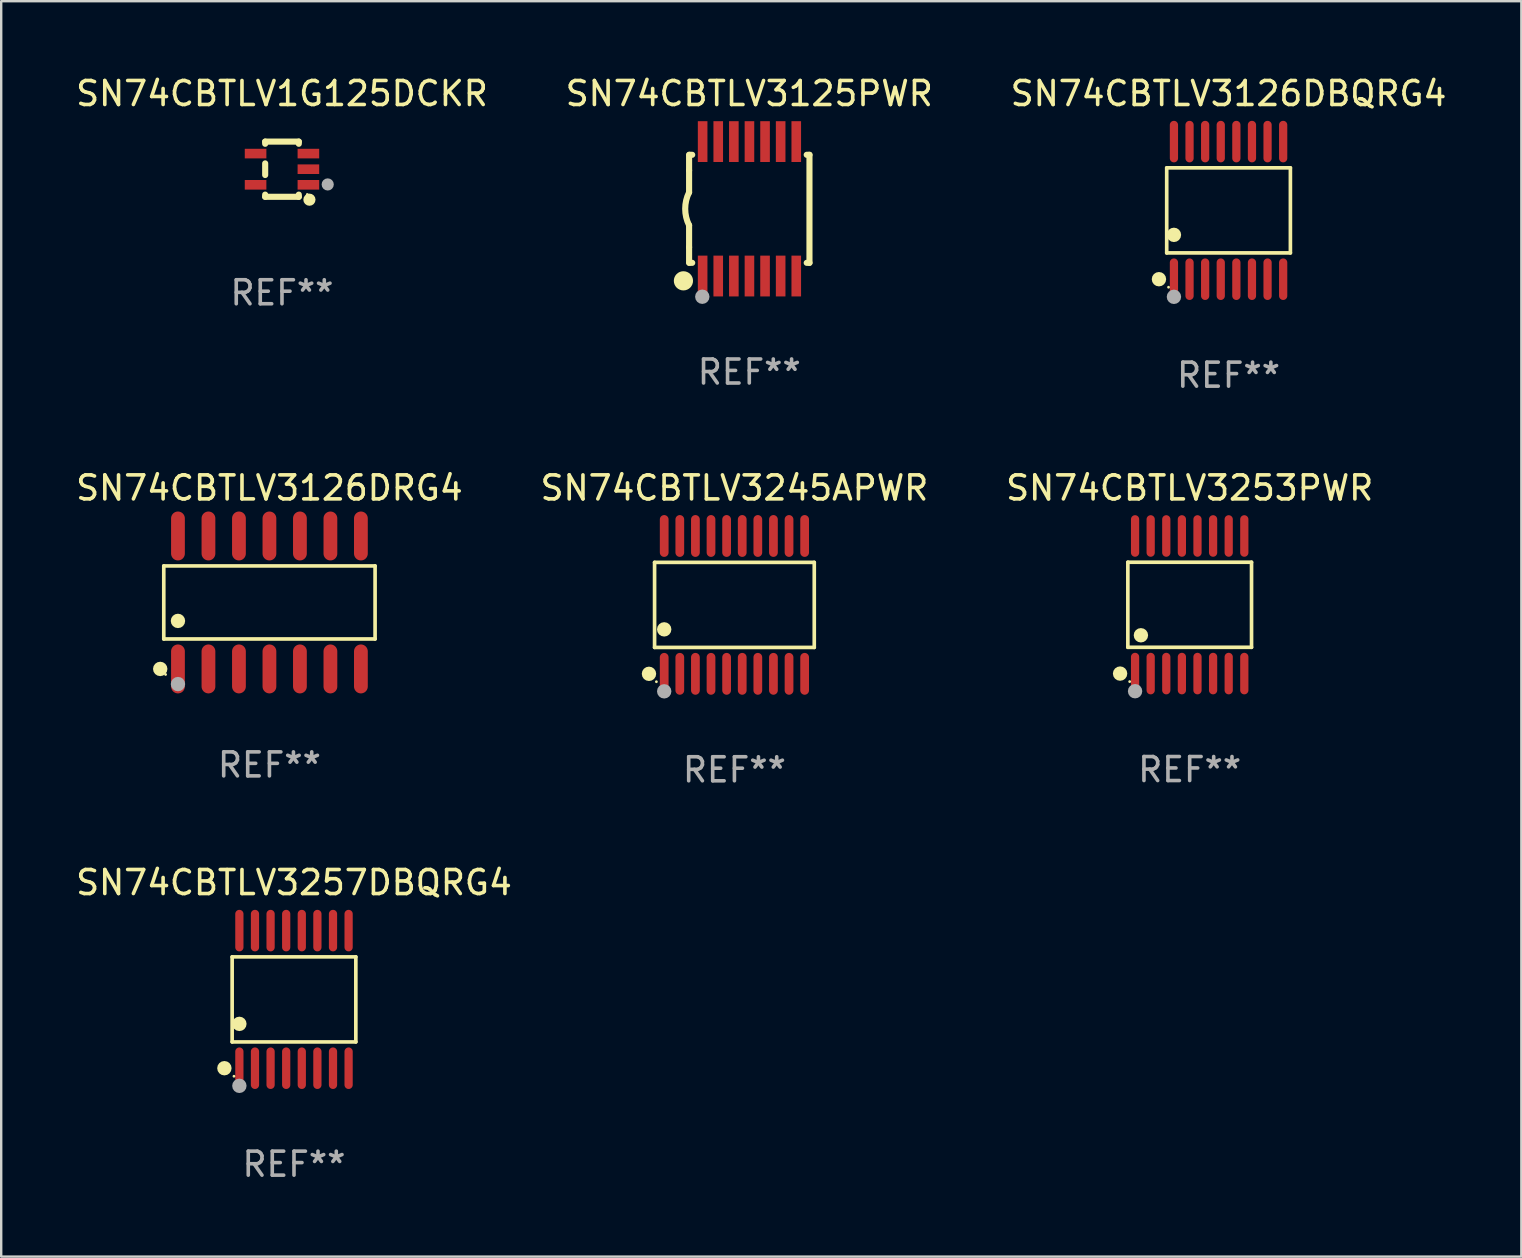
<source format=kicad_pcb>
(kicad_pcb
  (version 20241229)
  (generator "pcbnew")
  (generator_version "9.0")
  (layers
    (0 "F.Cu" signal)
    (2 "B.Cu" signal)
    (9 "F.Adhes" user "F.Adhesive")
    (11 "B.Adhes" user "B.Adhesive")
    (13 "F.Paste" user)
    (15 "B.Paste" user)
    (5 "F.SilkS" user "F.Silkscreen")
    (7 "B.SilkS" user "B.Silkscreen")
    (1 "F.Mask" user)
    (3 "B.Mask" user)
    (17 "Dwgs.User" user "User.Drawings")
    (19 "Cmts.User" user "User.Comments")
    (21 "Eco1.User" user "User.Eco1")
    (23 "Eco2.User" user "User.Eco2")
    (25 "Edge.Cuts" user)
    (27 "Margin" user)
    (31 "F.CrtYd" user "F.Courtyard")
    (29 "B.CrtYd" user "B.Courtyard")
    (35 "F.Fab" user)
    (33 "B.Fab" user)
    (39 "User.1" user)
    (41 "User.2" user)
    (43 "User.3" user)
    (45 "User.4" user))
  (footprint "SN74CBTLV3126DBQRG4"
    (layer "F.Cu")
    (at 48.125 5.714)
    (property "Reference" "SN74CBTLV3126DBQRG4" (at 0 -4.866 0) (layer "F.SilkS") (effects (font (size 1 1) (thickness 0.15))))
    (attr through_hole)
    (fp_line (start -2.576 -1.772) (end 2.576 -1.772) (stroke (width 0.152) (type solid)) (layer "F.SilkS"))
    (fp_line (start -2.576 1.771) (end -2.576 -1.772) (stroke (width 0.152) (type solid)) (layer "F.SilkS"))
    (fp_line (start 2.576 -1.772) (end 2.576 1.771) (stroke (width 0.152) (type solid)) (layer "F.SilkS"))
    (fp_line (start 2.576 1.771) (end -2.576 1.771) (stroke (width 0.152) (type solid)) (layer "F.SilkS"))
    (fp_circle (center -2.899 2.866) (end -2.749 2.866) (stroke (width 0.3) (type solid)) (fill no) (layer "F.SilkS"))
    (fp_circle (center -2.5 3.2) (end -2.47 3.2) (stroke (width 0.06) (type solid)) (fill no) (layer "F.SilkS"))
    (fp_circle (center -2.275 1.019) (end -2.125 1.019) (stroke (width 0.3) (type solid)) (fill no) (layer "F.SilkS"))
    (fp_circle (center -2.275 3.6) (end -2.125 3.6) (stroke (width 0.3) (type solid)) (fill no) (layer "F.Fab"))
    (fp_text user "REF**" (at 0 6.866 0) (layer "F.Fab") (effects (font (size 1 1) (thickness 0.15))))
    (pad "1" smd oval (at -2.275 2.866) (size 0.343 1.731) (layers "F.Cu" "F.Mask" "F.Paste"))
    (pad "2" smd oval (at -1.625 2.866) (size 0.343 1.731) (layers "F.Cu" "F.Mask" "F.Paste"))
    (pad "3" smd oval (at -0.975 2.866) (size 0.343 1.731) (layers "F.Cu" "F.Mask" "F.Paste"))
    (pad "4" smd oval (at -0.325 2.866) (size 0.343 1.731) (layers "F.Cu" "F.Mask" "F.Paste"))
    (pad "5" smd oval (at 0.325 2.866) (size 0.343 1.731) (layers "F.Cu" "F.Mask" "F.Paste"))
    (pad "6" smd oval (at 0.975 2.866) (size 0.343 1.731) (layers "F.Cu" "F.Mask" "F.Paste"))
    (pad "7" smd oval (at 1.625 2.866) (size 0.343 1.731) (layers "F.Cu" "F.Mask" "F.Paste"))
    (pad "8" smd oval (at 2.275 2.866) (size 0.343 1.731) (layers "F.Cu" "F.Mask" "F.Paste"))
    (pad "9" smd oval (at 2.275 -2.866) (size 0.343 1.731) (layers "F.Cu" "F.Mask" "F.Paste"))
    (pad "10" smd oval (at 1.625 -2.866) (size 0.343 1.731) (layers "F.Cu" "F.Mask" "F.Paste"))
    (pad "11" smd oval (at 0.975 -2.866) (size 0.343 1.731) (layers "F.Cu" "F.Mask" "F.Paste"))
    (pad "12" smd oval (at 0.325 -2.866) (size 0.343 1.731) (layers "F.Cu" "F.Mask" "F.Paste"))
    (pad "13" smd oval (at -0.325 -2.866) (size 0.343 1.731) (layers "F.Cu" "F.Mask" "F.Paste"))
    (pad "14" smd oval (at -0.975 -2.866) (size 0.343 1.731) (layers "F.Cu" "F.Mask" "F.Paste"))
    (pad "15" smd oval (at -1.625 -2.866) (size 0.343 1.731) (layers "F.Cu" "F.Mask" "F.Paste"))
    (pad "16" smd oval (at -2.275 -2.866) (size 0.343 1.731) (layers "F.Cu" "F.Mask" "F.Paste")))
  (footprint "SN74CBTLV1G125DCKR"
    (layer "F.Cu")
    (at 8.696 3.998)
    (property "Reference" "SN74CBTLV1G125DCKR" (at 0 -3.15 0) (layer "F.SilkS") (effects (font (size 1 1) (thickness 0.15))))
    (attr through_hole)
    (fp_line (start -0.7 -1.15) (end 0.7 -1.15) (stroke (width 0.254) (type solid)) (layer "F.SilkS"))
    (fp_line (start -0.7 -1.058) (end -0.7 -1.15) (stroke (width 0.254) (type solid)) (layer "F.SilkS"))
    (fp_line (start -0.7 0.242) (end -0.7 -0.242) (stroke (width 0.254) (type solid)) (layer "F.SilkS"))
    (fp_line (start -0.7 1.15) (end -0.7 1.058) (stroke (width 0.254) (type solid)) (layer "F.SilkS"))
    (fp_line (start -0.7 1.15) (end 0.7 1.15) (stroke (width 0.254) (type solid)) (layer "F.SilkS"))
    (fp_line (start 0.7 -1.058) (end 0.7 -1.15) (stroke (width 0.254) (type solid)) (layer "F.SilkS"))
    (fp_line (start 0.7 1.15) (end 0.7 1.058) (stroke (width 0.254) (type solid)) (layer "F.SilkS"))
    (fp_circle (center 1.053 1.052) (end 1.083 1.052) (stroke (width 0.06) (type solid)) (fill no) (layer "F.SilkS"))
    (fp_circle (center 1.143 1.27) (end 1.27 1.27) (stroke (width 0.254) (type solid)) (fill no) (layer "F.SilkS"))
    (fp_circle (center 1.905 0.635) (end 2.032 0.635) (stroke (width 0.254) (type solid)) (fill no) (layer "F.Fab"))
    (fp_text user "REF**" (at 0 5.15 0) (layer "F.Fab") (effects (font (size 1 1) (thickness 0.15))))
    (pad "1" smd rect (at 1.1 0.65 90) (size 0.4 0.9) (layers "F.Cu" "F.Mask" "F.Paste"))
    (pad "2" smd rect (at 1.1 0.000076 90) (size 0.4 0.9) (layers "F.Cu" "F.Mask" "F.Paste"))
    (pad "3" smd rect (at 1.1 -0.65 90) (size 0.4 0.9) (layers "F.Cu" "F.Mask" "F.Paste"))
    (pad "4" smd rect (at -1.1 -0.65 90) (size 0.4 0.9) (layers "F.Cu" "F.Mask" "F.Paste"))
    (pad "5" smd rect (at -1.1 0.65 90) (size 0.4 0.9) (layers "F.Cu" "F.Mask" "F.Paste")))
  (footprint "SN74CBTLV3245APWR"
    (layer "F.Cu")
    (at 27.542 22.147)
    (property "Reference" "SN74CBTLV3245APWR" (at 0 -4.871 0) (layer "F.SilkS") (effects (font (size 1 1) (thickness 0.15))))
    (attr through_hole)
    (fp_line (start -3.326 -1.771) (end 3.326 -1.771) (stroke (width 0.152) (type solid)) (layer "F.SilkS"))
    (fp_line (start -3.326 1.771) (end -3.326 -1.771) (stroke (width 0.152) (type solid)) (layer "F.SilkS"))
    (fp_line (start 3.326 -1.771) (end 3.326 1.771) (stroke (width 0.152) (type solid)) (layer "F.SilkS"))
    (fp_line (start 3.326 1.771) (end -3.326 1.771) (stroke (width 0.152) (type solid)) (layer "F.SilkS"))
    (fp_circle (center -3.559 2.871) (end -3.409 2.871) (stroke (width 0.3) (type solid)) (fill no) (layer "F.SilkS"))
    (fp_circle (center -3.25 3.2) (end -3.22 3.2) (stroke (width 0.06) (type solid)) (fill no) (layer "F.SilkS"))
    (fp_circle (center -2.925 1.019) (end -2.775 1.019) (stroke (width 0.3) (type solid)) (fill no) (layer "F.SilkS"))
    (fp_circle (center -2.925 3.6) (end -2.775 3.6) (stroke (width 0.3) (type solid)) (fill no) (layer "F.Fab"))
    (fp_text user "REF**" (at 0 6.871 0) (layer "F.Fab") (effects (font (size 1 1) (thickness 0.15))))
    (pad "1" smd oval (at -2.925 2.871) (size 0.364 1.742) (layers "F.Cu" "F.Mask" "F.Paste"))
    (pad "2" smd oval (at -2.275 2.871) (size 0.364 1.742) (layers "F.Cu" "F.Mask" "F.Paste"))
    (pad "3" smd oval (at -1.625 2.871) (size 0.364 1.742) (layers "F.Cu" "F.Mask" "F.Paste"))
    (pad "4" smd oval (at -0.975 2.871) (size 0.364 1.742) (layers "F.Cu" "F.Mask" "F.Paste"))
    (pad "5" smd oval (at -0.325 2.871) (size 0.364 1.742) (layers "F.Cu" "F.Mask" "F.Paste"))
    (pad "6" smd oval (at 0.325 2.871) (size 0.364 1.742) (layers "F.Cu" "F.Mask" "F.Paste"))
    (pad "7" smd oval (at 0.975 2.871) (size 0.364 1.742) (layers "F.Cu" "F.Mask" "F.Paste"))
    (pad "8" smd oval (at 1.625 2.871) (size 0.364 1.742) (layers "F.Cu" "F.Mask" "F.Paste"))
    (pad "9" smd oval (at 2.275 2.871) (size 0.364 1.742) (layers "F.Cu" "F.Mask" "F.Paste"))
    (pad "10" smd oval (at 2.925 2.871) (size 0.364 1.742) (layers "F.Cu" "F.Mask" "F.Paste"))
    (pad "11" smd oval (at 2.925 -2.871) (size 0.364 1.742) (layers "F.Cu" "F.Mask" "F.Paste"))
    (pad "12" smd oval (at 2.275 -2.871) (size 0.364 1.742) (layers "F.Cu" "F.Mask" "F.Paste"))
    (pad "13" smd oval (at 1.625 -2.871) (size 0.364 1.742) (layers "F.Cu" "F.Mask" "F.Paste"))
    (pad "14" smd oval (at 0.975 -2.871) (size 0.364 1.742) (layers "F.Cu" "F.Mask" "F.Paste"))
    (pad "15" smd oval (at 0.325 -2.871) (size 0.364 1.742) (layers "F.Cu" "F.Mask" "F.Paste"))
    (pad "16" smd oval (at -0.325 -2.871) (size 0.364 1.742) (layers "F.Cu" "F.Mask" "F.Paste"))
    (pad "17" smd oval (at -0.975 -2.871) (size 0.364 1.742) (layers "F.Cu" "F.Mask" "F.Paste"))
    (pad "18" smd oval (at -1.625 -2.871) (size 0.364 1.742) (layers "F.Cu" "F.Mask" "F.Paste"))
    (pad "19" smd oval (at -2.275 -2.871) (size 0.364 1.742) (layers "F.Cu" "F.Mask" "F.Paste"))
    (pad "20" smd oval (at -2.925 -2.871) (size 0.364 1.742) (layers "F.Cu" "F.Mask" "F.Paste")))
  (footprint "SN74CBTLV3125PWR"
    (layer "F.Cu")
    (at 28.161 5.648)
    (property "Reference" "SN74CBTLV3125PWR" (at 0 -4.8 0) (layer "F.SilkS") (effects (font (size 1 1) (thickness 0.15))))
    (attr through_hole)
    (fp_line (start -2.507 -1.6) (end -2.507 -2.25) (stroke (width 0.254) (type solid)) (layer "F.SilkS"))
    (fp_line (start -2.507 -0.686) (end -2.507 -1.6) (stroke (width 0.254) (type solid)) (layer "F.SilkS"))
    (fp_line (start -2.507 1.6) (end -2.507 0.686) (stroke (width 0.254) (type solid)) (layer "F.SilkS"))
    (fp_line (start -2.507 1.6) (end -2.507 2.25) (stroke (width 0.254) (type solid)) (layer "F.SilkS"))
    (fp_line (start -2.493 -2.25) (end -2.377 -2.25) (stroke (width 0.254) (type solid)) (layer "F.SilkS"))
    (fp_line (start -2.377 2.25) (end -2.493 2.25) (stroke (width 0.254) (type solid)) (layer "F.SilkS"))
    (fp_line (start 2.392 -2.25) (end 2.507 -2.25) (stroke (width 0.254) (type solid)) (layer "F.SilkS"))
    (fp_line (start 2.507 -2.25) (end 2.507 2.25) (stroke (width 0.254) (type solid)) (layer "F.SilkS"))
    (fp_line (start 2.507 2.25) (end 2.392 2.25) (stroke (width 0.254) (type solid)) (layer "F.SilkS"))
    (fp_arc (start -2.507303 0.685802) (mid -2.669199 0) (end -2.507303 -0.685801) (stroke (width 0.254001) (type solid)) (layer "F.SilkS"))
    (fp_circle (center -2.743 3) (end -2.543 3) (stroke (width 0.4) (type solid)) (fill no) (layer "F.SilkS"))
    (fp_circle (center -2.493 3.2) (end -2.463 3.2) (stroke (width 0.06) (type solid)) (fill no) (layer "F.SilkS"))
    (fp_circle (center -1.957 3.662) (end -1.807 3.662) (stroke (width 0.3) (type solid)) (fill no) (layer "F.Fab"))
    (fp_text user "REF**" (at 0 6.8 0) (layer "F.Fab") (effects (font (size 1 1) (thickness 0.15))))
    (pad "1" smd rect (at -1.943 2.8) (size 0.4 1.7) (layers "F.Cu" "F.Mask" "F.Paste"))
    (pad "2" smd rect (at -1.293 2.8) (size 0.4 1.7) (layers "F.Cu" "F.Mask" "F.Paste"))
    (pad "3" smd rect (at -0.643 2.8) (size 0.4 1.7) (layers "F.Cu" "F.Mask" "F.Paste"))
    (pad "4" smd rect (at 0.007 2.8) (size 0.4 1.7) (layers "F.Cu" "F.Mask" "F.Paste"))
    (pad "5" smd rect (at 0.657 2.8) (size 0.4 1.7) (layers "F.Cu" "F.Mask" "F.Paste"))
    (pad "6" smd rect (at 1.307 2.8) (size 0.4 1.7) (layers "F.Cu" "F.Mask" "F.Paste"))
    (pad "7" smd rect (at 1.957 2.8) (size 0.4 1.7) (layers "F.Cu" "F.Mask" "F.Paste"))
    (pad "8" smd rect (at 1.957 -2.8) (size 0.4 1.7) (layers "F.Cu" "F.Mask" "F.Paste"))
    (pad "9" smd rect (at 1.307 -2.8) (size 0.4 1.7) (layers "F.Cu" "F.Mask" "F.Paste"))
    (pad "10" smd rect (at 0.657 -2.8) (size 0.4 1.7) (layers "F.Cu" "F.Mask" "F.Paste"))
    (pad "11" smd rect (at 0.007 -2.8) (size 0.4 1.7) (layers "F.Cu" "F.Mask" "F.Paste"))
    (pad "12" smd rect (at -0.643 -2.8) (size 0.4 1.7) (layers "F.Cu" "F.Mask" "F.Paste"))
    (pad "13" smd rect (at -1.293 -2.8) (size 0.4 1.7) (layers "F.Cu" "F.Mask" "F.Paste"))
    (pad "14" smd rect (at -1.943 -2.8) (size 0.4 1.7) (layers "F.Cu" "F.Mask" "F.Paste")))
  (footprint "SN74CBTLV3126DRG4"
    (layer "F.Cu")
    (at 8.173 22.045)
    (property "Reference" "SN74CBTLV3126DRG4" (at 0 -4.769 0) (layer "F.SilkS") (effects (font (size 1 1) (thickness 0.15))))
    (attr through_hole)
    (fp_line (start -4.401 -1.521) (end 4.401 -1.521) (stroke (width 0.152) (type solid)) (layer "F.SilkS"))
    (fp_line (start -4.401 1.521) (end -4.401 -1.521) (stroke (width 0.152) (type solid)) (layer "F.SilkS"))
    (fp_line (start 4.401 -1.521) (end 4.401 1.521) (stroke (width 0.152) (type solid)) (layer "F.SilkS"))
    (fp_line (start 4.401 1.521) (end -4.401 1.521) (stroke (width 0.152) (type solid)) (layer "F.SilkS"))
    (fp_circle (center -4.549 2.769) (end -4.399 2.769) (stroke (width 0.3) (type solid)) (fill no) (layer "F.SilkS"))
    (fp_circle (center -4.325 3) (end -4.295 3) (stroke (width 0.06) (type solid)) (fill no) (layer "F.SilkS"))
    (fp_circle (center -3.81 0.769) (end -3.66 0.769) (stroke (width 0.3) (type solid)) (fill no) (layer "F.SilkS"))
    (fp_circle (center -3.81 3.4) (end -3.66 3.4) (stroke (width 0.3) (type solid)) (fill no) (layer "F.Fab"))
    (fp_text user "REF**" (at 0 6.769 0) (layer "F.Fab") (effects (font (size 1 1) (thickness 0.15))))
    (pad "1" smd oval (at -3.81 2.769) (size 0.574 2.038) (layers "F.Cu" "F.Mask" "F.Paste"))
    (pad "2" smd oval (at -2.54 2.769) (size 0.574 2.038) (layers "F.Cu" "F.Mask" "F.Paste"))
    (pad "3" smd oval (at -1.27 2.769) (size 0.574 2.038) (layers "F.Cu" "F.Mask" "F.Paste"))
    (pad "4" smd oval (at 0 2.769) (size 0.574 2.038) (layers "F.Cu" "F.Mask" "F.Paste"))
    (pad "5" smd oval (at 1.27 2.769) (size 0.574 2.038) (layers "F.Cu" "F.Mask" "F.Paste"))
    (pad "6" smd oval (at 2.54 2.769) (size 0.574 2.038) (layers "F.Cu" "F.Mask" "F.Paste"))
    (pad "7" smd oval (at 3.81 2.769) (size 0.574 2.038) (layers "F.Cu" "F.Mask" "F.Paste"))
    (pad "8" smd oval (at 3.81 -2.769) (size 0.574 2.038) (layers "F.Cu" "F.Mask" "F.Paste"))
    (pad "9" smd oval (at 2.54 -2.769) (size 0.574 2.038) (layers "F.Cu" "F.Mask" "F.Paste"))
    (pad "10" smd oval (at 1.27 -2.769) (size 0.574 2.038) (layers "F.Cu" "F.Mask" "F.Paste"))
    (pad "11" smd oval (at 0 -2.769) (size 0.574 2.038) (layers "F.Cu" "F.Mask" "F.Paste"))
    (pad "12" smd oval (at -1.27 -2.769) (size 0.574 2.038) (layers "F.Cu" "F.Mask" "F.Paste"))
    (pad "13" smd oval (at -2.54 -2.769) (size 0.574 2.038) (layers "F.Cu" "F.Mask" "F.Paste"))
    (pad "14" smd oval (at -3.81 -2.769) (size 0.574 2.038) (layers "F.Cu" "F.Mask" "F.Paste")))
  (footprint "SN74CBTLV3257DBQRG4"
    (layer "F.Cu")
    (at 9.196 38.58)
    (property "Reference" "SN74CBTLV3257DBQRG4" (at 0 -4.866 0) (layer "F.SilkS") (effects (font (size 1 1) (thickness 0.15))))
    (attr through_hole)
    (fp_line (start -2.576 -1.772) (end 2.576 -1.772) (stroke (width 0.152) (type solid)) (layer "F.SilkS"))
    (fp_line (start -2.576 1.771) (end -2.576 -1.772) (stroke (width 0.152) (type solid)) (layer "F.SilkS"))
    (fp_line (start 2.576 -1.772) (end 2.576 1.771) (stroke (width 0.152) (type solid)) (layer "F.SilkS"))
    (fp_line (start 2.576 1.771) (end -2.576 1.771) (stroke (width 0.152) (type solid)) (layer "F.SilkS"))
    (fp_circle (center -2.899 2.866) (end -2.749 2.866) (stroke (width 0.3) (type solid)) (fill no) (layer "F.SilkS"))
    (fp_circle (center -2.5 3.2) (end -2.47 3.2) (stroke (width 0.06) (type solid)) (fill no) (layer "F.SilkS"))
    (fp_circle (center -2.275 1.019) (end -2.125 1.019) (stroke (width 0.3) (type solid)) (fill no) (layer "F.SilkS"))
    (fp_circle (center -2.275 3.6) (end -2.125 3.6) (stroke (width 0.3) (type solid)) (fill no) (layer "F.Fab"))
    (fp_text user "REF**" (at 0 6.866 0) (layer "F.Fab") (effects (font (size 1 1) (thickness 0.15))))
    (pad "1" smd oval (at -2.275 2.866) (size 0.343 1.731) (layers "F.Cu" "F.Mask" "F.Paste"))
    (pad "2" smd oval (at -1.625 2.866) (size 0.343 1.731) (layers "F.Cu" "F.Mask" "F.Paste"))
    (pad "3" smd oval (at -0.975 2.866) (size 0.343 1.731) (layers "F.Cu" "F.Mask" "F.Paste"))
    (pad "4" smd oval (at -0.325 2.866) (size 0.343 1.731) (layers "F.Cu" "F.Mask" "F.Paste"))
    (pad "5" smd oval (at 0.325 2.866) (size 0.343 1.731) (layers "F.Cu" "F.Mask" "F.Paste"))
    (pad "6" smd oval (at 0.975 2.866) (size 0.343 1.731) (layers "F.Cu" "F.Mask" "F.Paste"))
    (pad "7" smd oval (at 1.625 2.866) (size 0.343 1.731) (layers "F.Cu" "F.Mask" "F.Paste"))
    (pad "8" smd oval (at 2.275 2.866) (size 0.343 1.731) (layers "F.Cu" "F.Mask" "F.Paste"))
    (pad "9" smd oval (at 2.275 -2.866) (size 0.343 1.731) (layers "F.Cu" "F.Mask" "F.Paste"))
    (pad "10" smd oval (at 1.625 -2.866) (size 0.343 1.731) (layers "F.Cu" "F.Mask" "F.Paste"))
    (pad "11" smd oval (at 0.975 -2.866) (size 0.343 1.731) (layers "F.Cu" "F.Mask" "F.Paste"))
    (pad "12" smd oval (at 0.325 -2.866) (size 0.343 1.731) (layers "F.Cu" "F.Mask" "F.Paste"))
    (pad "13" smd oval (at -0.325 -2.866) (size 0.343 1.731) (layers "F.Cu" "F.Mask" "F.Paste"))
    (pad "14" smd oval (at -0.975 -2.866) (size 0.343 1.731) (layers "F.Cu" "F.Mask" "F.Paste"))
    (pad "15" smd oval (at -1.625 -2.866) (size 0.343 1.731) (layers "F.Cu" "F.Mask" "F.Paste"))
    (pad "16" smd oval (at -2.275 -2.866) (size 0.343 1.731) (layers "F.Cu" "F.Mask" "F.Paste")))
  (footprint "SN74CBTLV3253PWR"
    (layer "F.Cu")
    (at 46.506 22.142)
    (property "Reference" "SN74CBTLV3253PWR" (at 0 -4.866 0) (layer "F.SilkS") (effects (font (size 1 1) (thickness 0.15))))
    (attr through_hole)
    (fp_line (start -2.576 -1.772) (end 2.576 -1.772) (stroke (width 0.152) (type solid)) (layer "F.SilkS"))
    (fp_line (start -2.576 1.771) (end -2.576 -1.772) (stroke (width 0.152) (type solid)) (layer "F.SilkS"))
    (fp_line (start 2.576 -1.772) (end 2.576 1.771) (stroke (width 0.152) (type solid)) (layer "F.SilkS"))
    (fp_line (start 2.576 1.771) (end -2.576 1.771) (stroke (width 0.152) (type solid)) (layer "F.SilkS"))
    (fp_circle (center -2.899 2.866) (end -2.749 2.866) (stroke (width 0.3) (type solid)) (fill no) (layer "F.SilkS"))
    (fp_circle (center -2.5 3.2) (end -2.47 3.2) (stroke (width 0.06) (type solid)) (fill no) (layer "F.SilkS"))
    (fp_circle (center -2.032 1.27) (end -1.882 1.27) (stroke (width 0.3) (type solid)) (fill no) (layer "F.SilkS"))
    (fp_circle (center -2.275 3.6) (end -2.125 3.6) (stroke (width 0.3) (type solid)) (fill no) (layer "F.Fab"))
    (fp_text user "REF**" (at 0 6.866 0) (layer "F.Fab") (effects (font (size 1 1) (thickness 0.15))))
    (pad "1" smd oval (at -2.275 2.866) (size 0.343 1.731) (layers "F.Cu" "F.Mask" "F.Paste"))
    (pad "2" smd oval (at -1.625 2.866) (size 0.343 1.731) (layers "F.Cu" "F.Mask" "F.Paste"))
    (pad "3" smd oval (at -0.975 2.866) (size 0.343 1.731) (layers "F.Cu" "F.Mask" "F.Paste"))
    (pad "4" smd oval (at -0.325 2.866) (size 0.343 1.731) (layers "F.Cu" "F.Mask" "F.Paste"))
    (pad "5" smd oval (at 0.325 2.866) (size 0.343 1.731) (layers "F.Cu" "F.Mask" "F.Paste"))
    (pad "6" smd oval (at 0.975 2.866) (size 0.343 1.731) (layers "F.Cu" "F.Mask" "F.Paste"))
    (pad "7" smd oval (at 1.625 2.866) (size 0.343 1.731) (layers "F.Cu" "F.Mask" "F.Paste"))
    (pad "8" smd oval (at 2.275 2.866) (size 0.343 1.731) (layers "F.Cu" "F.Mask" "F.Paste"))
    (pad "9" smd oval (at 2.275 -2.866) (size 0.343 1.731) (layers "F.Cu" "F.Mask" "F.Paste"))
    (pad "10" smd oval (at 1.625 -2.866) (size 0.343 1.731) (layers "F.Cu" "F.Mask" "F.Paste"))
    (pad "11" smd oval (at 0.975 -2.866) (size 0.343 1.731) (layers "F.Cu" "F.Mask" "F.Paste"))
    (pad "12" smd oval (at 0.325 -2.866) (size 0.343 1.731) (layers "F.Cu" "F.Mask" "F.Paste"))
    (pad "13" smd oval (at -0.325 -2.866) (size 0.343 1.731) (layers "F.Cu" "F.Mask" "F.Paste"))
    (pad "14" smd oval (at -0.975 -2.866) (size 0.343 1.731) (layers "F.Cu" "F.Mask" "F.Paste"))
    (pad "15" smd oval (at -1.625 -2.866) (size 0.343 1.731) (layers "F.Cu" "F.Mask" "F.Paste"))
    (pad "16" smd oval (at -2.275 -2.866) (size 0.343 1.731) (layers "F.Cu" "F.Mask" "F.Paste")))
  (gr_rect
    (start -3 -3)
    (end 60.321 49.294)
    (stroke (width 0.1) (type default))
    (fill no)
    (layer "Edge.Cuts")))
</source>
